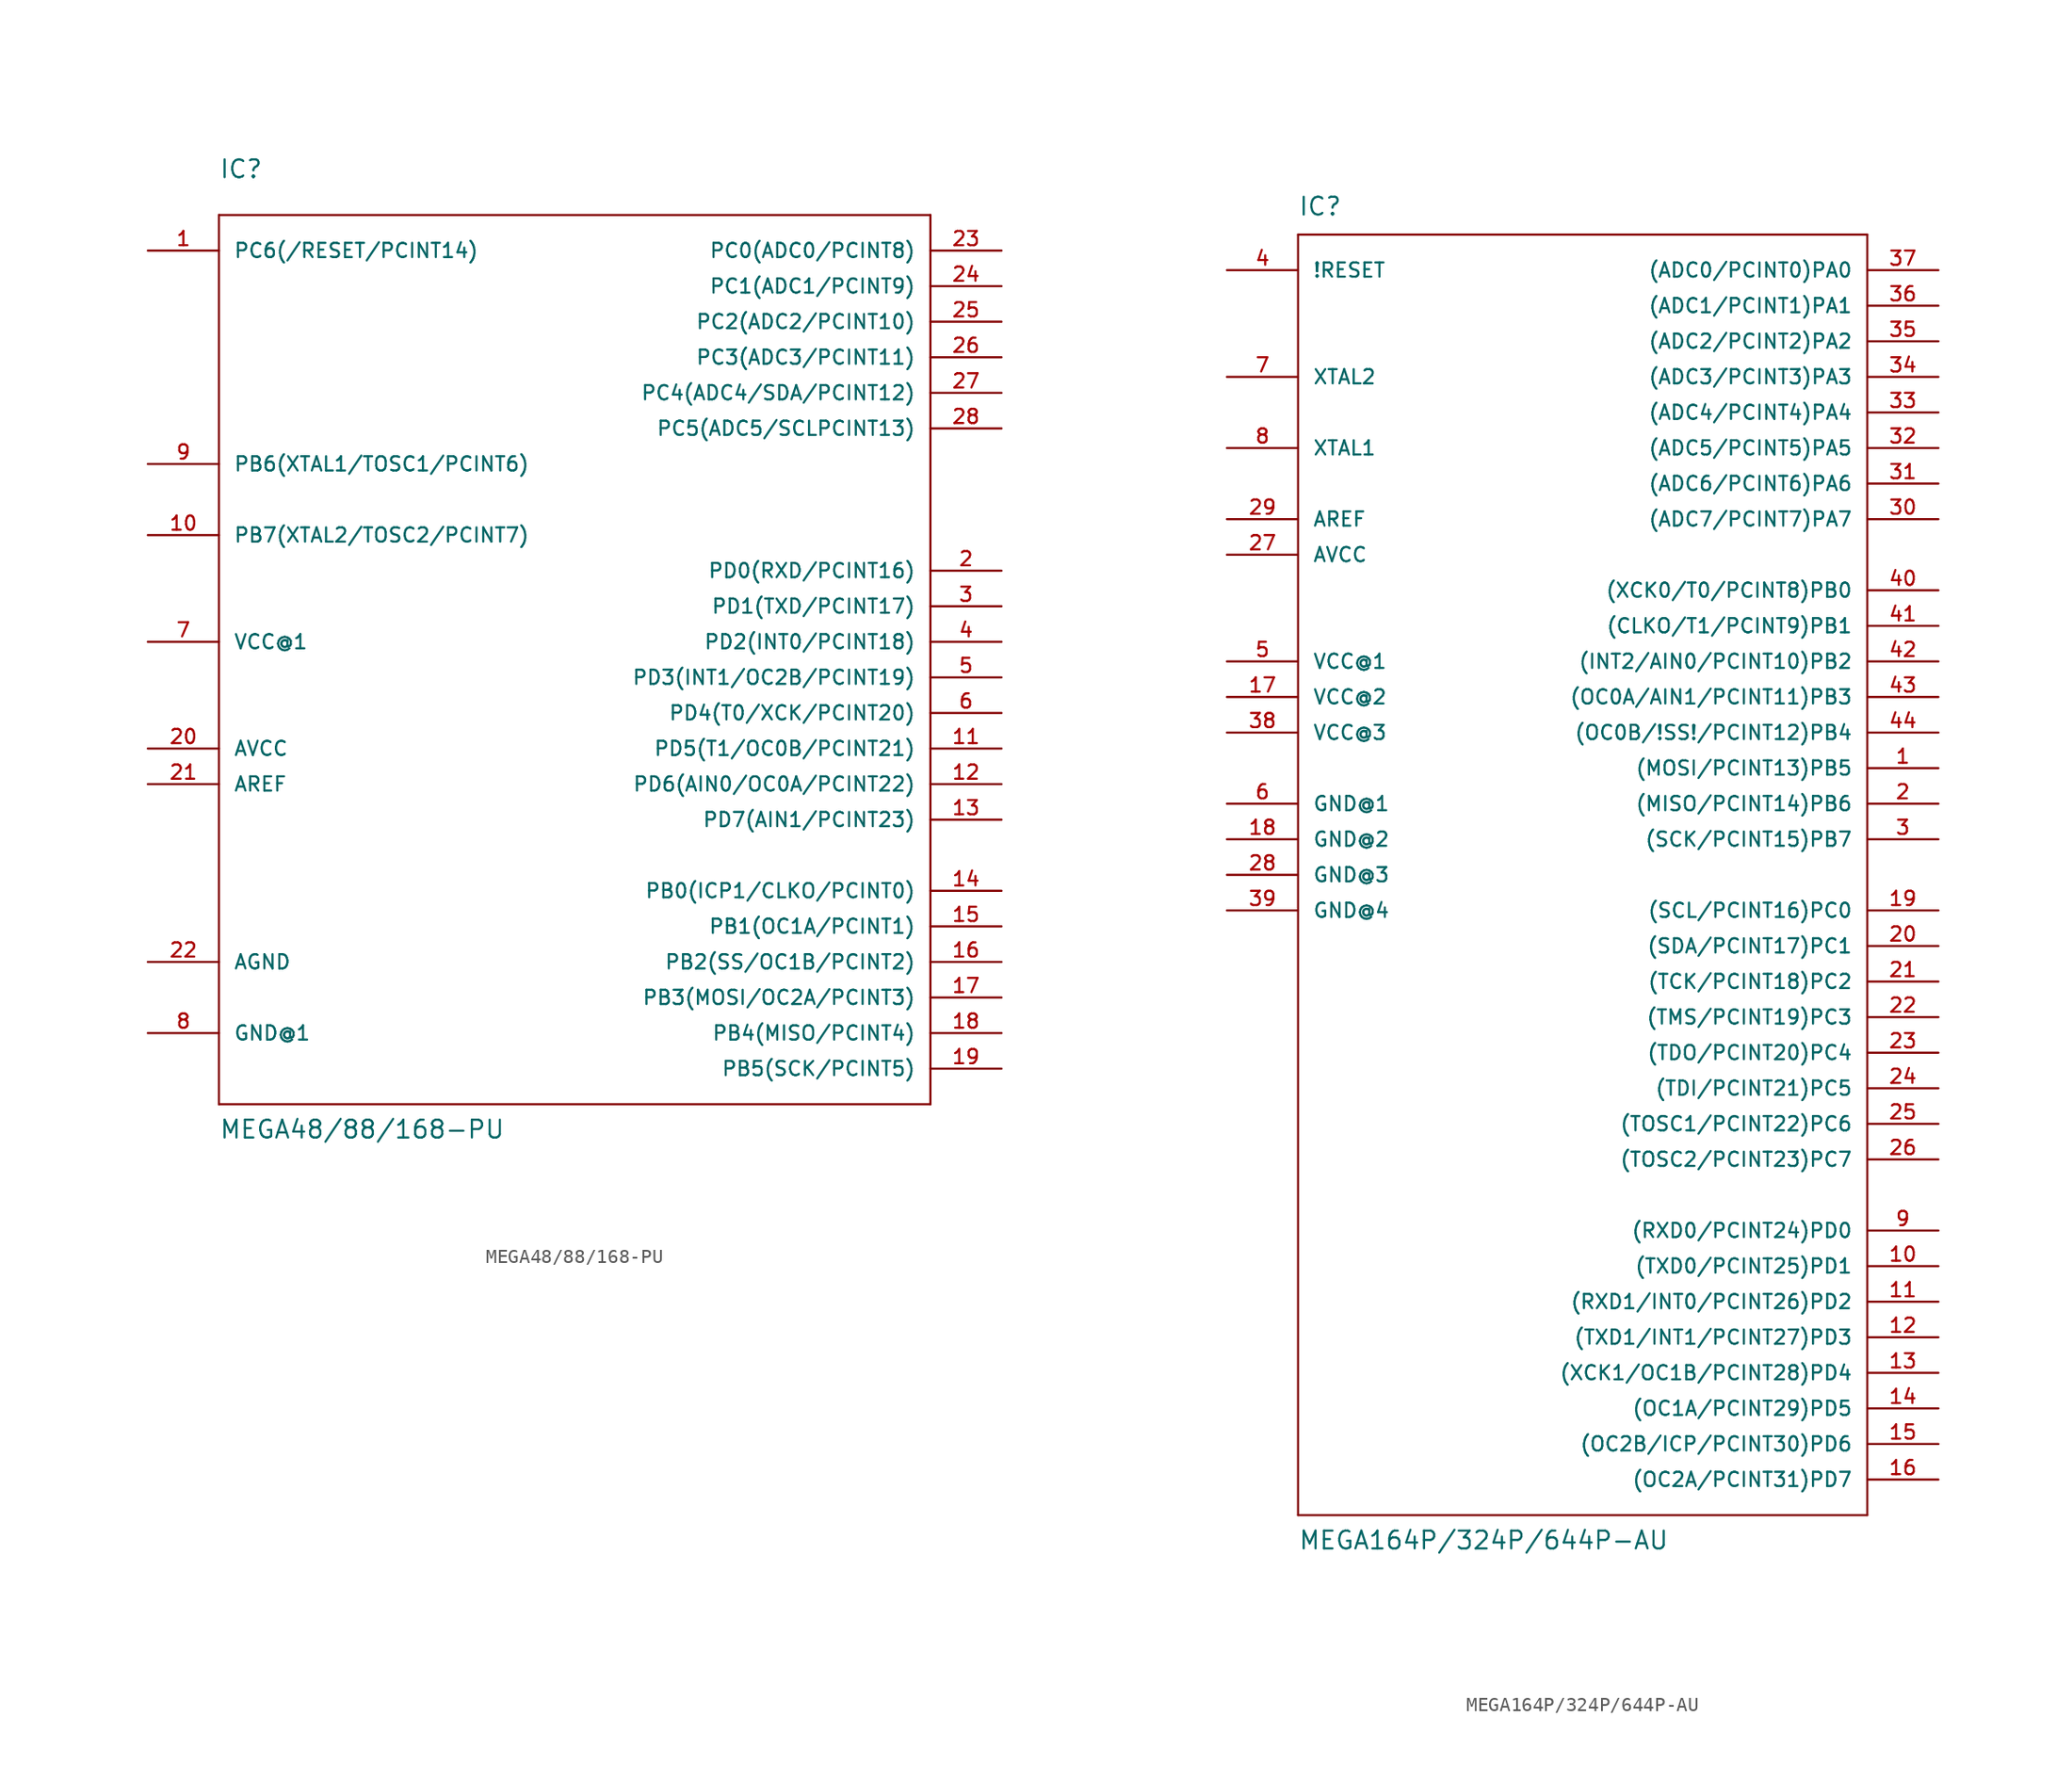
<source format=kicad_sym>
(kicad_symbol_lib
  (version 20231120)
  (generator "kicad_symbol_editor")
  (generator_version "8.0")
  (symbol "MEGA48/88/168-PU"
    (pin_names
      (offset 1.016))
    (property "Reference" "IC"
      (at -25.4 33.02 0)
      (effects (font (size 1.27 1.27)) (justify left bottom)))
    (property "Value" "MEGA48/88/168-PU"
      (at -25.4 -35.56 0)
      (effects (font (size 1.27 1.27)) (justify left bottom)))
    (property "Datasheet" ""
      (at 0 0 0)
      (effects (font (size 1.524 1.524))))
    (property "ki_locked" ""
      (at 0 0 0)
      (effects (font (size 1.27 1.27))))
    (symbol "MEGA48/88/168-PU_1_0"
      (polyline (pts (xy -25.4 -33.02) (xy -25.4 30.48)) (stroke (width 0) (type solid)) (fill (type none)))
      (polyline (pts (xy -25.4 30.48) (xy 25.4 30.48)) (stroke (width 0) (type solid)) (fill (type none)))
      (polyline (pts (xy 25.4 -33.02) (xy -25.4 -33.02)) (stroke (width 0) (type solid)) (fill (type none)))
      (polyline (pts (xy 25.4 30.48) (xy 25.4 -33.02)) (stroke (width 0) (type solid)) (fill (type none))))
    (symbol "MEGA48/88/168-PU_1_1"
      (pin bidirectional line (at -30.48 27.94 0) (length 5.08) (name "PC6(/RESET/PCINT14)" (effects (font (size 1.016 1.016)))) (number "1" (effects (font (size 1.016 1.016)))))
      (pin bidirectional line (at -30.48 7.62 0) (length 5.08) (name "PB7(XTAL2/TOSC2/PCINT7)" (effects (font (size 1.016 1.016)))) (number "10" (effects (font (size 1.016 1.016)))))
      (pin bidirectional line (at 30.48 -7.62 180) (length 5.08) (name "PD5(T1/OC0B/PCINT21)" (effects (font (size 1.016 1.016)))) (number "11" (effects (font (size 1.016 1.016)))))
      (pin bidirectional line (at 30.48 -10.16 180) (length 5.08) (name "PD6(AIN0/OC0A/PCINT22)" (effects (font (size 1.016 1.016)))) (number "12" (effects (font (size 1.016 1.016)))))
      (pin bidirectional line (at 30.48 -12.7 180) (length 5.08) (name "PD7(AIN1/PCINT23)" (effects (font (size 1.016 1.016)))) (number "13" (effects (font (size 1.016 1.016)))))
      (pin bidirectional line (at 30.48 -17.78 180) (length 5.08) (name "PB0(ICP1/CLKO/PCINT0)" (effects (font (size 1.016 1.016)))) (number "14" (effects (font (size 1.016 1.016)))))
      (pin bidirectional line (at 30.48 -20.32 180) (length 5.08) (name "PB1(OC1A/PCINT1)" (effects (font (size 1.016 1.016)))) (number "15" (effects (font (size 1.016 1.016)))))
      (pin bidirectional line (at 30.48 -22.86 180) (length 5.08) (name "PB2(SS/OC1B/PCINT2)" (effects (font (size 1.016 1.016)))) (number "16" (effects (font (size 1.016 1.016)))))
      (pin bidirectional line (at 30.48 -25.4 180) (length 5.08) (name "PB3(MOSI/OC2A/PCINT3)" (effects (font (size 1.016 1.016)))) (number "17" (effects (font (size 1.016 1.016)))))
      (pin bidirectional line (at 30.48 -27.94 180) (length 5.08) (name "PB4(MISO/PCINT4)" (effects (font (size 1.016 1.016)))) (number "18" (effects (font (size 1.016 1.016)))))
      (pin bidirectional line (at 30.48 -30.48 180) (length 5.08) (name "PB5(SCK/PCINT5)" (effects (font (size 1.016 1.016)))) (number "19" (effects (font (size 1.016 1.016)))))
      (pin bidirectional line (at 30.48 5.08 180) (length 5.08) (name "PD0(RXD/PCINT16)" (effects (font (size 1.016 1.016)))) (number "2" (effects (font (size 1.016 1.016)))))
      (pin passive line (at -30.48 -7.62 0) (length 5.08) (name "AVCC" (effects (font (size 1.016 1.016)))) (number "20" (effects (font (size 1.016 1.016)))))
      (pin passive line (at -30.48 -10.16 0) (length 5.08) (name "AREF" (effects (font (size 1.016 1.016)))) (number "21" (effects (font (size 1.016 1.016)))))
      (pin power_in line (at -30.48 -22.86 0) (length 5.08) (name "AGND" (effects (font (size 1.016 1.016)))) (number "22" (effects (font (size 1.016 1.016)))))
      (pin bidirectional line (at 30.48 27.94 180) (length 5.08) (name "PC0(ADC0/PCINT8)" (effects (font (size 1.016 1.016)))) (number "23" (effects (font (size 1.016 1.016)))))
      (pin bidirectional line (at 30.48 25.4 180) (length 5.08) (name "PC1(ADC1/PCINT9)" (effects (font (size 1.016 1.016)))) (number "24" (effects (font (size 1.016 1.016)))))
      (pin bidirectional line (at 30.48 22.86 180) (length 5.08) (name "PC2(ADC2/PCINT10)" (effects (font (size 1.016 1.016)))) (number "25" (effects (font (size 1.016 1.016)))))
      (pin bidirectional line (at 30.48 20.32 180) (length 5.08) (name "PC3(ADC3/PCINT11)" (effects (font (size 1.016 1.016)))) (number "26" (effects (font (size 1.016 1.016)))))
      (pin bidirectional line (at 30.48 17.78 180) (length 5.08) (name "PC4(ADC4/SDA/PCINT12)" (effects (font (size 1.016 1.016)))) (number "27" (effects (font (size 1.016 1.016)))))
      (pin bidirectional line (at 30.48 15.24 180) (length 5.08) (name "PC5(ADC5/SCLPCINT13)" (effects (font (size 1.016 1.016)))) (number "28" (effects (font (size 1.016 1.016)))))
      (pin bidirectional line (at 30.48 2.54 180) (length 5.08) (name "PD1(TXD/PCINT17)" (effects (font (size 1.016 1.016)))) (number "3" (effects (font (size 1.016 1.016)))))
      (pin bidirectional line (at 30.48 0 180) (length 5.08) (name "PD2(INT0/PCINT18)" (effects (font (size 1.016 1.016)))) (number "4" (effects (font (size 1.016 1.016)))))
      (pin bidirectional line (at 30.48 -2.54 180) (length 5.08) (name "PD3(INT1/OC2B/PCINT19)" (effects (font (size 1.016 1.016)))) (number "5" (effects (font (size 1.016 1.016)))))
      (pin bidirectional line (at 30.48 -5.08 180) (length 5.08) (name "PD4(T0/XCK/PCINT20)" (effects (font (size 1.016 1.016)))) (number "6" (effects (font (size 1.016 1.016)))))
      (pin power_in line (at -30.48 0 0) (length 5.08) (name "VCC@1" (effects (font (size 1.016 1.016)))) (number "7" (effects (font (size 1.016 1.016)))))
      (pin power_in line (at -30.48 -27.94 0) (length 5.08) (name "GND@1" (effects (font (size 1.016 1.016)))) (number "8" (effects (font (size 1.016 1.016)))))
      (pin bidirectional line (at -30.48 12.7 0) (length 5.08) (name "PB6(XTAL1/TOSC1/PCINT6)" (effects (font (size 1.016 1.016)))) (number "9" (effects (font (size 1.016 1.016)))))))
  (symbol "MEGA164P/324P/644P-AU"
    (pin_names
      (offset 1.016))
    (property "Reference" "IC"
      (at -20.32 46.99 0)
      (effects (font (size 1.27 1.27)) (justify left bottom)))
    (property "Value" "MEGA164P/324P/644P-AU"
      (at -20.32 -48.26 0)
      (effects (font (size 1.27 1.27)) (justify left bottom)))
    (property "Footprint" ""
      (at 0 0 0)
      (effects (font (size 1.524 1.524))))
    (property "Datasheet" ""
      (at 0 0 0)
      (effects (font (size 1.524 1.524))))
    (property "ki_locked" ""
      (at 0 0 0)
      (effects (font (size 1.27 1.27))))
    (symbol "MEGA164P/324P/644P-AU_1_0"
      (polyline (pts (xy -20.32 -45.72) (xy -20.32 45.72)) (stroke (width 0) (type solid)) (fill (type none)))
      (polyline (pts (xy -20.32 45.72) (xy 20.32 45.72)) (stroke (width 0) (type solid)) (fill (type none)))
      (polyline (pts (xy 20.32 -45.72) (xy -20.32 -45.72)) (stroke (width 0) (type solid)) (fill (type none)))
      (polyline (pts (xy 20.32 45.72) (xy 20.32 -45.72)) (stroke (width 0) (type solid)) (fill (type none))))
    (symbol "MEGA164P/324P/644P-AU_1_1"
      (pin bidirectional line (at 25.4 7.62 180) (length 5.08) (name "(MOSI/PCINT13)PB5" (effects (font (size 1.016 1.016)))) (number "1" (effects (font (size 1.016 1.016)))))
      (pin bidirectional line (at 25.4 -27.94 180) (length 5.08) (name "(TXD0/PCINT25)PD1" (effects (font (size 1.016 1.016)))) (number "10" (effects (font (size 1.016 1.016)))))
      (pin bidirectional line (at 25.4 -30.48 180) (length 5.08) (name "(RXD1/INT0/PCINT26)PD2" (effects (font (size 1.016 1.016)))) (number "11" (effects (font (size 1.016 1.016)))))
      (pin bidirectional line (at 25.4 -33.02 180) (length 5.08) (name "(TXD1/INT1/PCINT27)PD3" (effects (font (size 1.016 1.016)))) (number "12" (effects (font (size 1.016 1.016)))))
      (pin bidirectional line (at 25.4 -35.56 180) (length 5.08) (name "(XCK1/OC1B/PCINT28)PD4" (effects (font (size 1.016 1.016)))) (number "13" (effects (font (size 1.016 1.016)))))
      (pin bidirectional line (at 25.4 -38.1 180) (length 5.08) (name "(OC1A/PCINT29)PD5" (effects (font (size 1.016 1.016)))) (number "14" (effects (font (size 1.016 1.016)))))
      (pin bidirectional line (at 25.4 -40.64 180) (length 5.08) (name "(OC2B/ICP/PCINT30)PD6" (effects (font (size 1.016 1.016)))) (number "15" (effects (font (size 1.016 1.016)))))
      (pin bidirectional line (at 25.4 -43.18 180) (length 5.08) (name "(OC2A/PCINT31)PD7" (effects (font (size 1.016 1.016)))) (number "16" (effects (font (size 1.016 1.016)))))
      (pin power_in line (at -25.4 12.7 0) (length 5.08) (name "VCC@2" (effects (font (size 1.016 1.016)))) (number "17" (effects (font (size 1.016 1.016)))))
      (pin power_in line (at -25.4 2.54 0) (length 5.08) (name "GND@2" (effects (font (size 1.016 1.016)))) (number "18" (effects (font (size 1.016 1.016)))))
      (pin bidirectional line (at 25.4 -2.54 180) (length 5.08) (name "(SCL/PCINT16)PC0" (effects (font (size 1.016 1.016)))) (number "19" (effects (font (size 1.016 1.016)))))
      (pin bidirectional line (at 25.4 5.08 180) (length 5.08) (name "(MISO/PCINT14)PB6" (effects (font (size 1.016 1.016)))) (number "2" (effects (font (size 1.016 1.016)))))
      (pin bidirectional line (at 25.4 -5.08 180) (length 5.08) (name "(SDA/PCINT17)PC1" (effects (font (size 1.016 1.016)))) (number "20" (effects (font (size 1.016 1.016)))))
      (pin bidirectional line (at 25.4 -7.62 180) (length 5.08) (name "(TCK/PCINT18)PC2" (effects (font (size 1.016 1.016)))) (number "21" (effects (font (size 1.016 1.016)))))
      (pin bidirectional line (at 25.4 -10.16 180) (length 5.08) (name "(TMS/PCINT19)PC3" (effects (font (size 1.016 1.016)))) (number "22" (effects (font (size 1.016 1.016)))))
      (pin bidirectional line (at 25.4 -12.7 180) (length 5.08) (name "(TDO/PCINT20)PC4" (effects (font (size 1.016 1.016)))) (number "23" (effects (font (size 1.016 1.016)))))
      (pin bidirectional line (at 25.4 -15.24 180) (length 5.08) (name "(TDI/PCINT21)PC5" (effects (font (size 1.016 1.016)))) (number "24" (effects (font (size 1.016 1.016)))))
      (pin bidirectional line (at 25.4 -17.78 180) (length 5.08) (name "(TOSC1/PCINT22)PC6" (effects (font (size 1.016 1.016)))) (number "25" (effects (font (size 1.016 1.016)))))
      (pin bidirectional line (at 25.4 -20.32 180) (length 5.08) (name "(TOSC2/PCINT23)PC7" (effects (font (size 1.016 1.016)))) (number "26" (effects (font (size 1.016 1.016)))))
      (pin power_in line (at -25.4 22.86 0) (length 5.08) (name "AVCC" (effects (font (size 1.016 1.016)))) (number "27" (effects (font (size 1.016 1.016)))))
      (pin power_in line (at -25.4 0 0) (length 5.08) (name "GND@3" (effects (font (size 1.016 1.016)))) (number "28" (effects (font (size 1.016 1.016)))))
      (pin power_in line (at -25.4 25.4 0) (length 5.08) (name "AREF" (effects (font (size 1.016 1.016)))) (number "29" (effects (font (size 1.016 1.016)))))
      (pin bidirectional line (at 25.4 2.54 180) (length 5.08) (name "(SCK/PCINT15)PB7" (effects (font (size 1.016 1.016)))) (number "3" (effects (font (size 1.016 1.016)))))
      (pin bidirectional line (at 25.4 25.4 180) (length 5.08) (name "(ADC7/PCINT7)PA7" (effects (font (size 1.016 1.016)))) (number "30" (effects (font (size 1.016 1.016)))))
      (pin bidirectional line (at 25.4 27.94 180) (length 5.08) (name "(ADC6/PCINT6)PA6" (effects (font (size 1.016 1.016)))) (number "31" (effects (font (size 1.016 1.016)))))
      (pin bidirectional line (at 25.4 30.48 180) (length 5.08) (name "(ADC5/PCINT5)PA5" (effects (font (size 1.016 1.016)))) (number "32" (effects (font (size 1.016 1.016)))))
      (pin bidirectional line (at 25.4 33.02 180) (length 5.08) (name "(ADC4/PCINT4)PA4" (effects (font (size 1.016 1.016)))) (number "33" (effects (font (size 1.016 1.016)))))
      (pin bidirectional line (at 25.4 35.56 180) (length 5.08) (name "(ADC3/PCINT3)PA3" (effects (font (size 1.016 1.016)))) (number "34" (effects (font (size 1.016 1.016)))))
      (pin bidirectional line (at 25.4 38.1 180) (length 5.08) (name "(ADC2/PCINT2)PA2" (effects (font (size 1.016 1.016)))) (number "35" (effects (font (size 1.016 1.016)))))
      (pin bidirectional line (at 25.4 40.64 180) (length 5.08) (name "(ADC1/PCINT1)PA1" (effects (font (size 1.016 1.016)))) (number "36" (effects (font (size 1.016 1.016)))))
      (pin bidirectional line (at 25.4 43.18 180) (length 5.08) (name "(ADC0/PCINT0)PA0" (effects (font (size 1.016 1.016)))) (number "37" (effects (font (size 1.016 1.016)))))
      (pin power_in line (at -25.4 10.16 0) (length 5.08) (name "VCC@3" (effects (font (size 1.016 1.016)))) (number "38" (effects (font (size 1.016 1.016)))))
      (pin power_in line (at -25.4 -2.54 0) (length 5.08) (name "GND@4" (effects (font (size 1.016 1.016)))) (number "39" (effects (font (size 1.016 1.016)))))
      (pin input line (at -25.4 43.18 0) (length 5.08) (name "!RESET" (effects (font (size 1.016 1.016)))) (number "4" (effects (font (size 1.016 1.016)))))
      (pin bidirectional line (at 25.4 20.32 180) (length 5.08) (name "(XCK0/T0/PCINT8)PB0" (effects (font (size 1.016 1.016)))) (number "40" (effects (font (size 1.016 1.016)))))
      (pin bidirectional line (at 25.4 17.78 180) (length 5.08) (name "(CLKO/T1/PCINT9)PB1" (effects (font (size 1.016 1.016)))) (number "41" (effects (font (size 1.016 1.016)))))
      (pin bidirectional line (at 25.4 15.24 180) (length 5.08) (name "(INT2/AIN0/PCINT10)PB2" (effects (font (size 1.016 1.016)))) (number "42" (effects (font (size 1.016 1.016)))))
      (pin bidirectional line (at 25.4 12.7 180) (length 5.08) (name "(OC0A/AIN1/PCINT11)PB3" (effects (font (size 1.016 1.016)))) (number "43" (effects (font (size 1.016 1.016)))))
      (pin bidirectional line (at 25.4 10.16 180) (length 5.08) (name "(OC0B/!SS!/PCINT12)PB4" (effects (font (size 1.016 1.016)))) (number "44" (effects (font (size 1.016 1.016)))))
      (pin power_in line (at -25.4 15.24 0) (length 5.08) (name "VCC@1" (effects (font (size 1.016 1.016)))) (number "5" (effects (font (size 1.016 1.016)))))
      (pin power_in line (at -25.4 5.08 0) (length 5.08) (name "GND@1" (effects (font (size 1.016 1.016)))) (number "6" (effects (font (size 1.016 1.016)))))
      (pin output line (at -25.4 35.56 0) (length 5.08) (name "XTAL2" (effects (font (size 1.016 1.016)))) (number "7" (effects (font (size 1.016 1.016)))))
      (pin input line (at -25.4 30.48 0) (length 5.08) (name "XTAL1" (effects (font (size 1.016 1.016)))) (number "8" (effects (font (size 1.016 1.016)))))
      (pin bidirectional line (at 25.4 -25.4 180) (length 5.08) (name "(RXD0/PCINT24)PD0" (effects (font (size 1.016 1.016)))) (number "9" (effects (font (size 1.016 1.016))))))))
</source>
